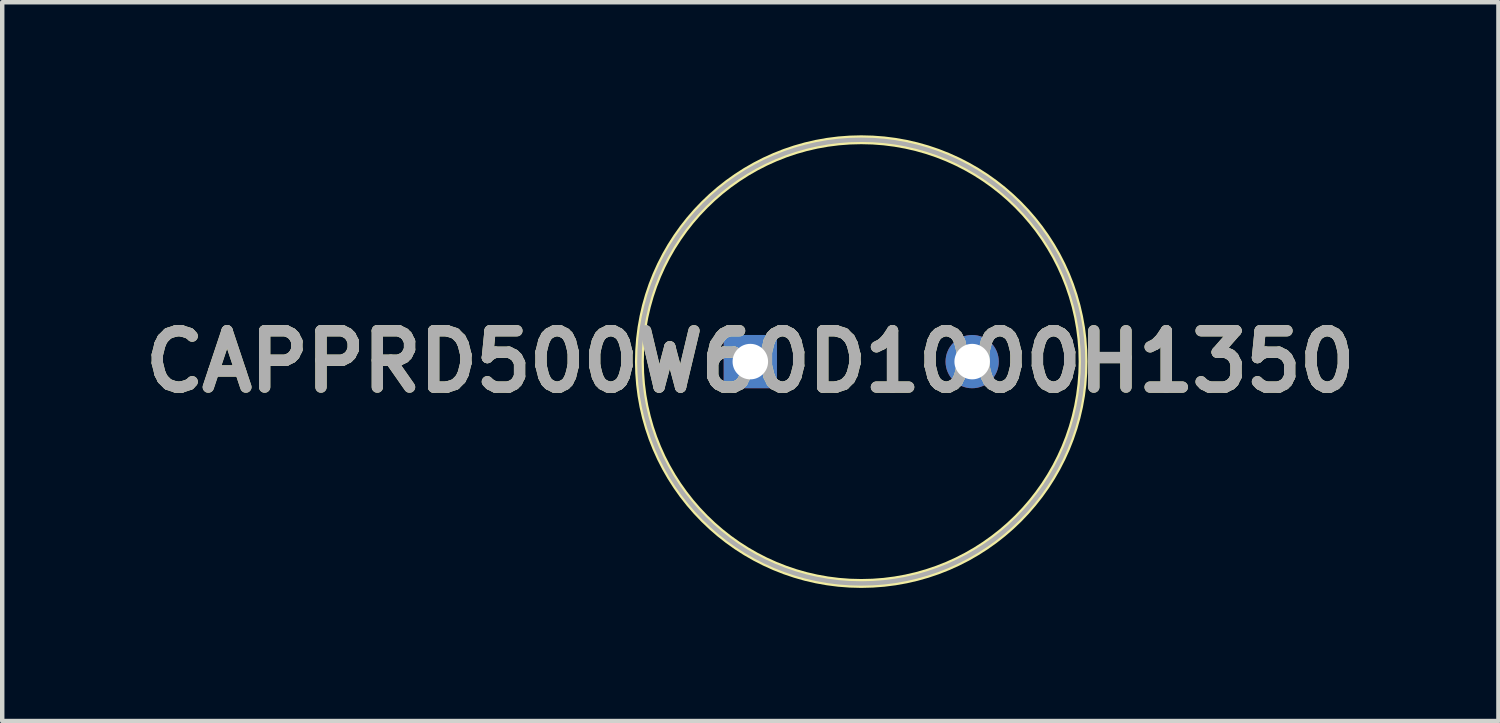
<source format=kicad_pcb>
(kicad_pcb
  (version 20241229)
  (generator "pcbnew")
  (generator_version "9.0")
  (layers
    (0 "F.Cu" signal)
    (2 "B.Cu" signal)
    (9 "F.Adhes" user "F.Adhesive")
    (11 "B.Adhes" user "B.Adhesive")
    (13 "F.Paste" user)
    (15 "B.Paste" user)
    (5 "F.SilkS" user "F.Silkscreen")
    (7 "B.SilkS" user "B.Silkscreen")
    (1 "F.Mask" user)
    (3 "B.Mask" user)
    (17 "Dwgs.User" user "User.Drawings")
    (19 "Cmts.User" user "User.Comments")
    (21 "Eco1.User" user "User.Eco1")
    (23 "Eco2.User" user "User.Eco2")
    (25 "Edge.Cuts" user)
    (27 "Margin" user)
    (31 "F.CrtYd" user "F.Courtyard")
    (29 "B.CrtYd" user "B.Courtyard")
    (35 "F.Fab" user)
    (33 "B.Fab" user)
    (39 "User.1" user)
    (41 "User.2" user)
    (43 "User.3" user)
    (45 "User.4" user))
  (footprint "CAPPRD500W60D1000H1350"
    (layer "F.Cu")
    (at 13.861 5.1)
    (property "Reference" "CAPPRD500W60D1000H1350" (at 0 0 0) (layer "F.SilkS") (effects (font (size 1.27 1.27) (thickness 0.254))))
    (attr through_hole)
    (fp_circle (center 2.5 0) (end 2.5 5) (stroke (width 0.2) (type solid)) (fill no) (layer "F.SilkS"))
    (fp_circle (center 2.5 0) (end 2.5 5) (stroke (width 0.1) (type solid)) (fill no) (layer "F.Fab"))
    (fp_text user "${REFERENCE}" (at 0 0 0) (layer "F.Fab") (effects (font (size 1.27 1.27) (thickness 0.254))))
    (pad "1" thru_hole rect (at 0 0) (size 1.2 1.2) (drill 0.8) (layers "*.Cu" "*.Mask"))
    (pad "2" thru_hole circle (at 5 0) (size 1.2 1.2) (drill 0.8) (layers "*.Cu" "*.Mask")))
  (gr_rect
    (start -3 -3)
    (end 30.722 13.2)
    (stroke (width 0.1) (type default))
    (fill no)
    (layer "Edge.Cuts")))
</source>
